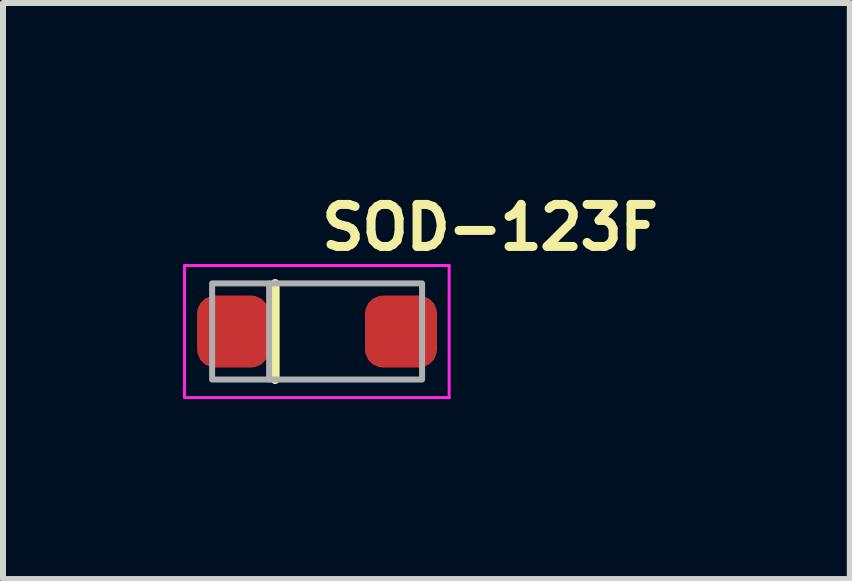
<source format=kicad_pcb>
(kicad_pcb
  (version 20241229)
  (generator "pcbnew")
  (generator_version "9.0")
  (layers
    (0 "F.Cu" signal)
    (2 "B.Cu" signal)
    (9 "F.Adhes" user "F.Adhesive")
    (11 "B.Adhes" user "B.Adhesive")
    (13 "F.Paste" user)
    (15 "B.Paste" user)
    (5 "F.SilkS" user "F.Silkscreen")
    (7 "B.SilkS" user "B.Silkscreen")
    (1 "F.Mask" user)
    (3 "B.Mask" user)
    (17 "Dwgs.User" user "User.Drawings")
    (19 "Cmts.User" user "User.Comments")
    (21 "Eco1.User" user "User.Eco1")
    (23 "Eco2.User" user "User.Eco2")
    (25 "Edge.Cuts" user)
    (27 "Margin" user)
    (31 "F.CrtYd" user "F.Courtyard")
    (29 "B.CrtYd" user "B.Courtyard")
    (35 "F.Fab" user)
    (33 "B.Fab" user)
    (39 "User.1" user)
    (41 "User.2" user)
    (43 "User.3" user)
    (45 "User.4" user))
  (footprint "SOD-123F"
    (layer "F.Cu")
    (at 2.235 2.475)
    (property "Reference" "SOD-123F" (at 0 -1.325 0) (layer "F.SilkS") (effects (font (size 0.7 0.7) (thickness 0.15)) (justify left bottom)))
    (attr smd)
    (fp_line (start -0.7 -0.8) (end -0.7 0.8) (stroke (width 0.15) (type solid)) (layer "F.SilkS"))
    (fp_line (start -2.21 1.1) (end -2.21 -1.1) (stroke (width 0.05) (type solid)) (layer "F.CrtYd"))
    (fp_line (start 2.2 -1.1) (end -2.21 -1.1) (stroke (width 0.05) (type solid)) (layer "F.CrtYd"))
    (fp_line (start 2.2 -1.1) (end 2.2 1.1) (stroke (width 0.05) (type solid)) (layer "F.CrtYd"))
    (fp_line (start 2.2 1.1) (end -2.21 1.1) (stroke (width 0.05) (type solid)) (layer "F.CrtYd"))
    (fp_line (start -0.8 -0.8) (end -0.8 0.8) (stroke (width 0.1) (type solid)) (layer "F.Fab"))
    (fp_rect (start -1.75 -0.802) (end 1.749 0.8) (stroke (width 0.1) (type solid)) (fill no) (layer "F.Fab"))
    (fp_rect (start -1.75 -0.802) (end 1.749 0.8) (stroke (width 0.1) (type solid)) (fill no) (layer "User.5"))
    (fp_line (start -1.75 -0.327) (end -1.75 0.325) (stroke (width 0.02) (type solid)) (layer "User.9"))
    (fp_line (start -1.75 0.325) (end -1.283 0.325) (stroke (width 0.02) (type solid)) (layer "User.9"))
    (fp_line (start -1.301 -0.74) (end -1.299 -0.743) (stroke (width 0.02) (type solid)) (layer "User.9"))
    (fp_line (start -1.301 -0.736) (end -1.301 -0.74) (stroke (width 0.02) (type solid)) (layer "User.9"))
    (fp_line (start -1.301 -0.733) (end -1.301 -0.736) (stroke (width 0.02) (type solid)) (layer "User.9"))
    (fp_line (start -1.301 -0.729) (end -1.301 -0.733) (stroke (width 0.02) (type solid)) (layer "User.9"))
    (fp_line (start -1.301 -0.726) (end -1.301 -0.729) (stroke (width 0.02) (type solid)) (layer "User.9"))
    (fp_line (start -1.301 -0.726) (end -1.301 -0.327) (stroke (width 0.02) (type solid)) (layer "User.9"))
    (fp_line (start -1.301 0.325) (end -1.301 0.724) (stroke (width 0.02) (type solid)) (layer "User.9"))
    (fp_line (start -1.301 0.727) (end -1.301 0.724) (stroke (width 0.02) (type solid)) (layer "User.9"))
    (fp_line (start -1.301 0.731) (end -1.301 0.727) (stroke (width 0.02) (type solid)) (layer "User.9"))
    (fp_line (start -1.301 0.734) (end -1.301 0.731) (stroke (width 0.02) (type solid)) (layer "User.9"))
    (fp_line (start -1.301 0.738) (end -1.301 0.734) (stroke (width 0.02) (type solid)) (layer "User.9"))
    (fp_line (start -1.299 -0.747) (end -1.297 -0.75) (stroke (width 0.02) (type solid)) (layer "User.9"))
    (fp_line (start -1.299 -0.743) (end -1.299 -0.747) (stroke (width 0.02) (type solid)) (layer "User.9"))
    (fp_line (start -1.299 0.741) (end -1.301 0.738) (stroke (width 0.02) (type solid)) (layer "User.9"))
    (fp_line (start -1.299 0.745) (end -1.299 0.741) (stroke (width 0.02) (type solid)) (layer "User.9"))
    (fp_line (start -1.297 -0.75) (end -1.295 -0.754) (stroke (width 0.02) (type solid)) (layer "User.9"))
    (fp_line (start -1.297 0.748) (end -1.299 0.745) (stroke (width 0.02) (type solid)) (layer "User.9"))
    (fp_line (start -1.295 -0.757) (end -1.293 -0.76) (stroke (width 0.02) (type solid)) (layer "User.9"))
    (fp_line (start -1.295 -0.754) (end -1.295 -0.757) (stroke (width 0.02) (type solid)) (layer "User.9"))
    (fp_line (start -1.295 0.752) (end -1.297 0.748) (stroke (width 0.02) (type solid)) (layer "User.9"))
    (fp_line (start -1.295 0.755) (end -1.295 0.752) (stroke (width 0.02) (type solid)) (layer "User.9"))
    (fp_line (start -1.293 -0.76) (end -1.291 -0.763) (stroke (width 0.02) (type solid)) (layer "User.9"))
    (fp_line (start -1.293 0.758) (end -1.295 0.755) (stroke (width 0.02) (type solid)) (layer "User.9"))
    (fp_line (start -1.291 -0.763) (end -1.289 -0.767) (stroke (width 0.02) (type solid)) (layer "User.9"))
    (fp_line (start -1.291 0.761) (end -1.293 0.758) (stroke (width 0.02) (type solid)) (layer "User.9"))
    (fp_line (start -1.289 -0.767) (end -1.287 -0.771) (stroke (width 0.02) (type solid)) (layer "User.9"))
    (fp_line (start -1.289 0.765) (end -1.291 0.761) (stroke (width 0.02) (type solid)) (layer "User.9"))
    (fp_line (start -1.287 -0.771) (end -1.283 -0.774) (stroke (width 0.02) (type solid)) (layer "User.9"))
    (fp_line (start -1.287 0.769) (end -1.289 0.765) (stroke (width 0.02) (type solid)) (layer "User.9"))
    (fp_line (start -1.283 -0.774) (end -1.281 -0.777) (stroke (width 0.02) (type solid)) (layer "User.9"))
    (fp_line (start -1.283 -0.327) (end -1.75 -0.327) (stroke (width 0.02) (type solid)) (layer "User.9"))
    (fp_line (start -1.283 0.325) (end -1.283 -0.327) (stroke (width 0.02) (type solid)) (layer "User.9"))
    (fp_line (start -1.283 0.772) (end -1.287 0.769) (stroke (width 0.02) (type solid)) (layer "User.9"))
    (fp_line (start -1.281 -0.777) (end -1.278 -0.779) (stroke (width 0.02) (type solid)) (layer "User.9"))
    (fp_line (start -1.281 0.775) (end -1.283 0.772) (stroke (width 0.02) (type solid)) (layer "User.9"))
    (fp_line (start -1.278 -0.779) (end -1.276 -0.782) (stroke (width 0.02) (type solid)) (layer "User.9"))
    (fp_line (start -1.278 0.777) (end -1.281 0.775) (stroke (width 0.02) (type solid)) (layer "User.9"))
    (fp_line (start -1.276 -0.782) (end -1.274 -0.784) (stroke (width 0.02) (type solid)) (layer "User.9"))
    (fp_line (start -1.276 0.78) (end -1.278 0.777) (stroke (width 0.02) (type solid)) (layer "User.9"))
    (fp_line (start -1.274 -0.784) (end -1.27 -0.787) (stroke (width 0.02) (type solid)) (layer "User.9"))
    (fp_line (start -1.274 0.782) (end -1.276 0.78) (stroke (width 0.02) (type solid)) (layer "User.9"))
    (fp_line (start -1.27 -0.787) (end -1.268 -0.789) (stroke (width 0.02) (type solid)) (layer "User.9"))
    (fp_line (start -1.27 0.785) (end -1.274 0.782) (stroke (width 0.02) (type solid)) (layer "User.9"))
    (fp_line (start -1.268 -0.789) (end -1.264 -0.791) (stroke (width 0.02) (type solid)) (layer "User.9"))
    (fp_line (start -1.268 0.787) (end -1.27 0.785) (stroke (width 0.02) (type solid)) (layer "User.9"))
    (fp_line (start -1.264 -0.791) (end -1.26 -0.793) (stroke (width 0.02) (type solid)) (layer "User.9"))
    (fp_line (start -1.264 0.789) (end -1.268 0.787) (stroke (width 0.02) (type solid)) (layer "User.9"))
    (fp_line (start -1.26 -0.793) (end -1.258 -0.795) (stroke (width 0.02) (type solid)) (layer "User.9"))
    (fp_line (start -1.26 0.791) (end -1.264 0.789) (stroke (width 0.02) (type solid)) (layer "User.9"))
    (fp_line (start -1.258 -0.795) (end -1.254 -0.796) (stroke (width 0.02) (type solid)) (layer "User.9"))
    (fp_line (start -1.258 0.793) (end -1.26 0.791) (stroke (width 0.02) (type solid)) (layer "User.9"))
    (fp_line (start -1.254 -0.796) (end -1.25 -0.798) (stroke (width 0.02) (type solid)) (layer "User.9"))
    (fp_line (start -1.254 0.794) (end -1.258 0.793) (stroke (width 0.02) (type solid)) (layer "User.9"))
    (fp_line (start -1.25 -0.798) (end -1.248 -0.799) (stroke (width 0.02) (type solid)) (layer "User.9"))
    (fp_line (start -1.25 0.796) (end -1.254 0.794) (stroke (width 0.02) (type solid)) (layer "User.9"))
    (fp_line (start -1.248 -0.799) (end -1.244 -0.8) (stroke (width 0.02) (type solid)) (layer "User.9"))
    (fp_line (start -1.248 0.797) (end -1.25 0.796) (stroke (width 0.02) (type solid)) (layer "User.9"))
    (fp_line (start -1.244 -0.8) (end -1.24 -0.801) (stroke (width 0.02) (type solid)) (layer "User.9"))
    (fp_line (start -1.244 0.798) (end -1.248 0.797) (stroke (width 0.02) (type solid)) (layer "User.9"))
    (fp_line (start -1.24 -0.801) (end -1.236 -0.801) (stroke (width 0.02) (type solid)) (layer "User.9"))
    (fp_line (start -1.24 0.799) (end -1.244 0.798) (stroke (width 0.02) (type solid)) (layer "User.9"))
    (fp_line (start -1.236 -0.801) (end -1.234 -0.802) (stroke (width 0.02) (type solid)) (layer "User.9"))
    (fp_line (start -1.236 0.799) (end -1.24 0.799) (stroke (width 0.02) (type solid)) (layer "User.9"))
    (fp_line (start -1.234 -0.802) (end -1.23 -0.802) (stroke (width 0.02) (type solid)) (layer "User.9"))
    (fp_line (start -1.234 0.8) (end -1.236 0.799) (stroke (width 0.02) (type solid)) (layer "User.9"))
    (fp_line (start -1.23 -0.802) (end -1.226 -0.802) (stroke (width 0.02) (type solid)) (layer "User.9"))
    (fp_line (start -1.23 0.8) (end -1.234 0.8) (stroke (width 0.02) (type solid)) (layer "User.9"))
    (fp_line (start -1.226 0.8) (end -1.23 0.8) (stroke (width 0.02) (type solid)) (layer "User.9"))
    (fp_line (start -1.226 0.8) (end 1.225 0.8) (stroke (width 0.02) (type solid)) (layer "User.9"))
    (fp_line (start 1.225 -0.802) (end -1.226 -0.802) (stroke (width 0.02) (type solid)) (layer "User.9"))
    (fp_line (start 1.225 -0.802) (end 1.227 -0.802) (stroke (width 0.02) (type solid)) (layer "User.9"))
    (fp_line (start 1.227 -0.802) (end 1.231 -0.802) (stroke (width 0.02) (type solid)) (layer "User.9"))
    (fp_line (start 1.227 0.8) (end 1.225 0.8) (stroke (width 0.02) (type solid)) (layer "User.9"))
    (fp_line (start 1.231 -0.802) (end 1.235 -0.801) (stroke (width 0.02) (type solid)) (layer "User.9"))
    (fp_line (start 1.231 0.8) (end 1.227 0.8) (stroke (width 0.02) (type solid)) (layer "User.9"))
    (fp_line (start 1.235 -0.801) (end 1.239 -0.801) (stroke (width 0.02) (type solid)) (layer "User.9"))
    (fp_line (start 1.235 0.799) (end 1.231 0.8) (stroke (width 0.02) (type solid)) (layer "User.9"))
    (fp_line (start 1.239 -0.801) (end 1.241 -0.8) (stroke (width 0.02) (type solid)) (layer "User.9"))
    (fp_line (start 1.239 0.799) (end 1.235 0.799) (stroke (width 0.02) (type solid)) (layer "User.9"))
    (fp_line (start 1.241 -0.8) (end 1.245 -0.799) (stroke (width 0.02) (type solid)) (layer "User.9"))
    (fp_line (start 1.241 0.798) (end 1.239 0.799) (stroke (width 0.02) (type solid)) (layer "User.9"))
    (fp_line (start 1.245 -0.799) (end 1.249 -0.798) (stroke (width 0.02) (type solid)) (layer "User.9"))
    (fp_line (start 1.245 0.797) (end 1.241 0.798) (stroke (width 0.02) (type solid)) (layer "User.9"))
    (fp_line (start 1.249 -0.798) (end 1.253 -0.796) (stroke (width 0.02) (type solid)) (layer "User.9"))
    (fp_line (start 1.249 0.796) (end 1.245 0.797) (stroke (width 0.02) (type solid)) (layer "User.9"))
    (fp_line (start 1.253 -0.796) (end 1.255 -0.795) (stroke (width 0.02) (type solid)) (layer "User.9"))
    (fp_line (start 1.253 0.794) (end 1.249 0.796) (stroke (width 0.02) (type solid)) (layer "User.9"))
    (fp_line (start 1.255 -0.795) (end 1.259 -0.793) (stroke (width 0.02) (type solid)) (layer "User.9"))
    (fp_line (start 1.255 0.793) (end 1.253 0.794) (stroke (width 0.02) (type solid)) (layer "User.9"))
    (fp_line (start 1.259 -0.793) (end 1.261 -0.791) (stroke (width 0.02) (type solid)) (layer "User.9"))
    (fp_line (start 1.259 0.791) (end 1.255 0.793) (stroke (width 0.02) (type solid)) (layer "User.9"))
    (fp_line (start 1.261 -0.791) (end 1.265 -0.789) (stroke (width 0.02) (type solid)) (layer "User.9"))
    (fp_line (start 1.261 0.789) (end 1.259 0.791) (stroke (width 0.02) (type solid)) (layer "User.9"))
    (fp_line (start 1.265 -0.789) (end 1.269 -0.787) (stroke (width 0.02) (type solid)) (layer "User.9"))
    (fp_line (start 1.265 0.787) (end 1.261 0.789) (stroke (width 0.02) (type solid)) (layer "User.9"))
    (fp_line (start 1.269 -0.787) (end 1.271 -0.784) (stroke (width 0.02) (type solid)) (layer "User.9"))
    (fp_line (start 1.269 0.785) (end 1.265 0.787) (stroke (width 0.02) (type solid)) (layer "User.9"))
    (fp_line (start 1.271 -0.784) (end 1.275 -0.782) (stroke (width 0.02) (type solid)) (layer "User.9"))
    (fp_line (start 1.271 0.782) (end 1.269 0.785) (stroke (width 0.02) (type solid)) (layer "User.9"))
    (fp_line (start 1.275 -0.782) (end 1.277 -0.779) (stroke (width 0.02) (type solid)) (layer "User.9"))
    (fp_line (start 1.275 0.78) (end 1.271 0.782) (stroke (width 0.02) (type solid)) (layer "User.9"))
    (fp_line (start 1.277 -0.779) (end 1.28 -0.777) (stroke (width 0.02) (type solid)) (layer "User.9"))
    (fp_line (start 1.277 0.777) (end 1.275 0.78) (stroke (width 0.02) (type solid)) (layer "User.9"))
    (fp_line (start 1.28 -0.777) (end 1.282 -0.774) (stroke (width 0.02) (type solid)) (layer "User.9"))
    (fp_line (start 1.28 0.775) (end 1.277 0.777) (stroke (width 0.02) (type solid)) (layer "User.9"))
    (fp_line (start 1.282 -0.774) (end 1.284 -0.771) (stroke (width 0.02) (type solid)) (layer "User.9"))
    (fp_line (start 1.282 -0.327) (end 1.282 0.325) (stroke (width 0.02) (type solid)) (layer "User.9"))
    (fp_line (start 1.282 0.325) (end 1.749 0.325) (stroke (width 0.02) (type solid)) (layer "User.9"))
    (fp_line (start 1.282 0.772) (end 1.28 0.775) (stroke (width 0.02) (type solid)) (layer "User.9"))
    (fp_line (start 1.284 -0.771) (end 1.286 -0.767) (stroke (width 0.02) (type solid)) (layer "User.9"))
    (fp_line (start 1.284 0.769) (end 1.282 0.772) (stroke (width 0.02) (type solid)) (layer "User.9"))
    (fp_line (start 1.286 -0.767) (end 1.288 -0.763) (stroke (width 0.02) (type solid)) (layer "User.9"))
    (fp_line (start 1.286 0.765) (end 1.284 0.769) (stroke (width 0.02) (type solid)) (layer "User.9"))
    (fp_line (start 1.288 -0.763) (end 1.29 -0.76) (stroke (width 0.02) (type solid)) (layer "User.9"))
    (fp_line (start 1.288 0.761) (end 1.286 0.765) (stroke (width 0.02) (type solid)) (layer "User.9"))
    (fp_line (start 1.29 -0.76) (end 1.292 -0.757) (stroke (width 0.02) (type solid)) (layer "User.9"))
    (fp_line (start 1.29 0.758) (end 1.288 0.761) (stroke (width 0.02) (type solid)) (layer "User.9"))
    (fp_line (start 1.292 -0.757) (end 1.294 -0.754) (stroke (width 0.02) (type solid)) (layer "User.9"))
    (fp_line (start 1.292 0.755) (end 1.29 0.758) (stroke (width 0.02) (type solid)) (layer "User.9"))
    (fp_line (start 1.294 -0.754) (end 1.296 -0.75) (stroke (width 0.02) (type solid)) (layer "User.9"))
    (fp_line (start 1.294 0.752) (end 1.292 0.755) (stroke (width 0.02) (type solid)) (layer "User.9"))
    (fp_line (start 1.296 -0.75) (end 1.296 -0.747) (stroke (width 0.02) (type solid)) (layer "User.9"))
    (fp_line (start 1.296 -0.747) (end 1.298 -0.743) (stroke (width 0.02) (type solid)) (layer "User.9"))
    (fp_line (start 1.296 0.745) (end 1.296 0.748) (stroke (width 0.02) (type solid)) (layer "User.9"))
    (fp_line (start 1.296 0.748) (end 1.294 0.752) (stroke (width 0.02) (type solid)) (layer "User.9"))
    (fp_line (start 1.298 -0.743) (end 1.298 -0.74) (stroke (width 0.02) (type solid)) (layer "User.9"))
    (fp_line (start 1.298 -0.74) (end 1.298 -0.736) (stroke (width 0.02) (type solid)) (layer "User.9"))
    (fp_line (start 1.298 -0.736) (end 1.3 -0.733) (stroke (width 0.02) (type solid)) (layer "User.9"))
    (fp_line (start 1.298 0.734) (end 1.298 0.738) (stroke (width 0.02) (type solid)) (layer "User.9"))
    (fp_line (start 1.298 0.738) (end 1.298 0.741) (stroke (width 0.02) (type solid)) (layer "User.9"))
    (fp_line (start 1.298 0.741) (end 1.296 0.745) (stroke (width 0.02) (type solid)) (layer "User.9"))
    (fp_line (start 1.3 -0.733) (end 1.3 -0.729) (stroke (width 0.02) (type solid)) (layer "User.9"))
    (fp_line (start 1.3 -0.729) (end 1.3 -0.726) (stroke (width 0.02) (type solid)) (layer "User.9"))
    (fp_line (start 1.3 -0.327) (end 1.3 -0.726) (stroke (width 0.02) (type solid)) (layer "User.9"))
    (fp_line (start 1.3 0.724) (end 1.3 0.325) (stroke (width 0.02) (type solid)) (layer "User.9"))
    (fp_line (start 1.3 0.724) (end 1.3 0.727) (stroke (width 0.02) (type solid)) (layer "User.9"))
    (fp_line (start 1.3 0.727) (end 1.3 0.731) (stroke (width 0.02) (type solid)) (layer "User.9"))
    (fp_line (start 1.3 0.731) (end 1.298 0.734) (stroke (width 0.02) (type solid)) (layer "User.9"))
    (fp_line (start 1.749 -0.327) (end 1.282 -0.327) (stroke (width 0.02) (type solid)) (layer "User.9"))
    (fp_line (start 1.749 0.325) (end 1.749 -0.327) (stroke (width 0.02) (type solid)) (layer "User.9"))
    (pad "A" smd roundrect (at 1.398 0) (size 1.2 1.2) (layers "F.Cu" "F.Mask" "F.Paste") (roundrect_rratio 0.25))
    (pad "K" smd roundrect (at -1.401 0) (size 1.2 1.2) (layers "F.Cu" "F.Mask" "F.Paste") (roundrect_rratio 0.25)))
  (gr_rect
    (start -3 -3)
    (end 11.112 6.6)
    (stroke (width 0.1) (type default))
    (fill no)
    (layer "Edge.Cuts")))
</source>
